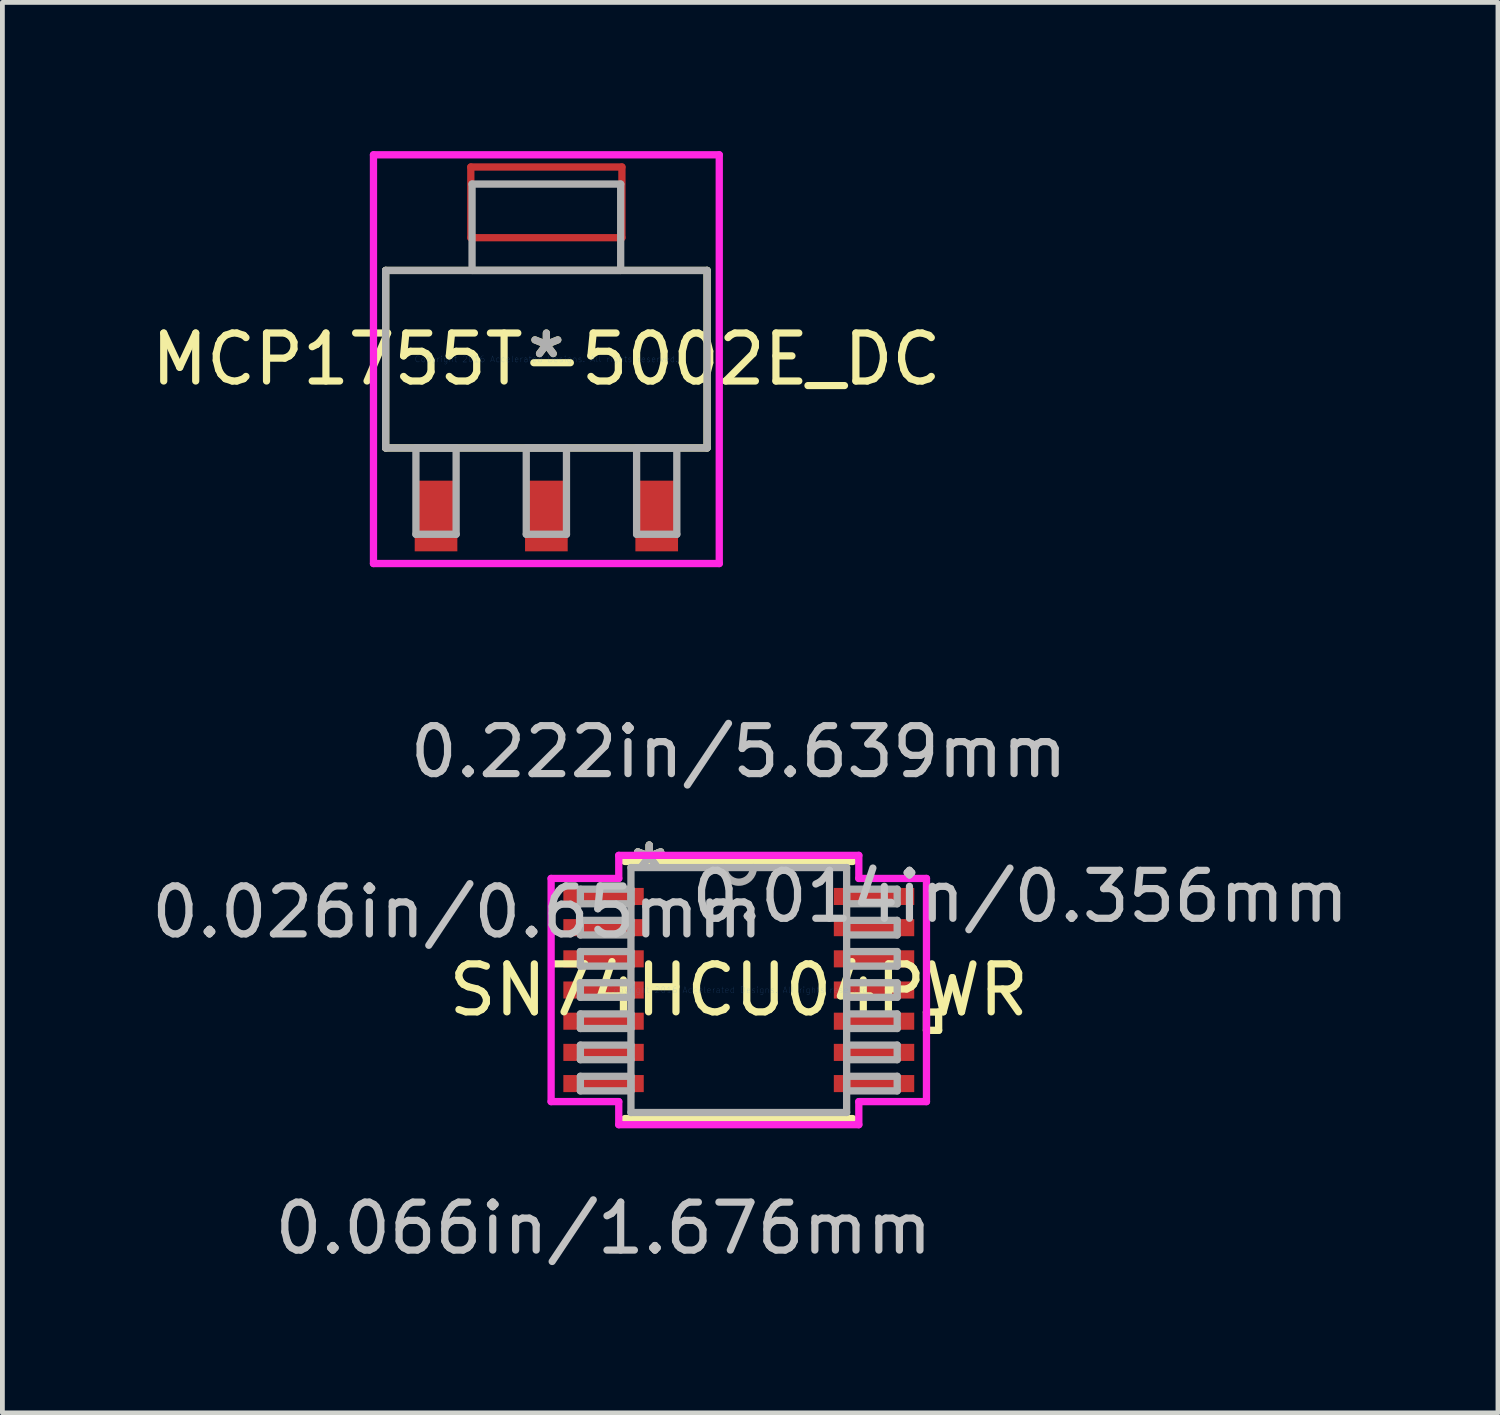
<source format=kicad_pcb>
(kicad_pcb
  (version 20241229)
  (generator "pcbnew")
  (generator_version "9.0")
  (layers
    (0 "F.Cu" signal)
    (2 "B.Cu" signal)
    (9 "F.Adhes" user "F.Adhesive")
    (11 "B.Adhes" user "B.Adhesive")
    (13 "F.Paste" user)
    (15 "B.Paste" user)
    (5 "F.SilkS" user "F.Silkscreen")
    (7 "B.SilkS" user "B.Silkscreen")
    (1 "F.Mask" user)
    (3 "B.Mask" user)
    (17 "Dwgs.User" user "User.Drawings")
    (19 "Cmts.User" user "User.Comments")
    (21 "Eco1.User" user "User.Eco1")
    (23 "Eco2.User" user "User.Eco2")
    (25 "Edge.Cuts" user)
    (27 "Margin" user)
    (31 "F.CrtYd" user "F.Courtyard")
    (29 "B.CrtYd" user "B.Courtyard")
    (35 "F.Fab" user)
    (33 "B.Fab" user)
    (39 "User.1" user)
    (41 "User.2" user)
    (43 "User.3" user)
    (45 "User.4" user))
  (footprint "SN74HCU04PWR"
    (layer "F.Cu")
    (at 12.35 17.587)
    (property "Reference" "SN74HCU04PWR" (at 0 0 0) (layer "F.SilkS") (effects (font (size 1 1) (thickness 0.15))))
    (attr through_hole)
    (fp_line (start -2.375 2.68) (end 2.375 2.68) (stroke (width 0.152) (type solid)) (layer "F.SilkS"))
    (fp_line (start 2.375 -2.68) (end -2.375 -2.68) (stroke (width 0.152) (type solid)) (layer "F.SilkS"))
    (fp_line (start 3.912 0.459) (end 4.166 0.459) (stroke (width 0.152) (type solid)) (layer "F.SilkS"))
    (fp_line (start 3.912 0.84) (end 3.912 0.459) (stroke (width 0.152) (type solid)) (layer "F.SilkS"))
    (fp_line (start 4.166 0.459) (end 4.166 0.84) (stroke (width 0.152) (type solid)) (layer "F.SilkS"))
    (fp_line (start 4.166 0.84) (end 3.912 0.84) (stroke (width 0.152) (type solid)) (layer "F.SilkS"))
    (fp_line (start -3.912 -2.326) (end -2.502 -2.326) (stroke (width 0.152) (type solid)) (layer "F.CrtYd"))
    (fp_line (start -3.912 2.326) (end -3.912 -2.326) (stroke (width 0.152) (type solid)) (layer "F.CrtYd"))
    (fp_line (start -2.502 -2.807) (end 2.502 -2.807) (stroke (width 0.152) (type solid)) (layer "F.CrtYd"))
    (fp_line (start -2.502 -2.326) (end -2.502 -2.807) (stroke (width 0.152) (type solid)) (layer "F.CrtYd"))
    (fp_line (start -2.502 2.326) (end -3.912 2.326) (stroke (width 0.152) (type solid)) (layer "F.CrtYd"))
    (fp_line (start -2.502 2.807) (end -2.502 2.326) (stroke (width 0.152) (type solid)) (layer "F.CrtYd"))
    (fp_line (start 2.502 -2.807) (end 2.502 -2.326) (stroke (width 0.152) (type solid)) (layer "F.CrtYd"))
    (fp_line (start 2.502 -2.326) (end 3.912 -2.326) (stroke (width 0.152) (type solid)) (layer "F.CrtYd"))
    (fp_line (start 2.502 2.326) (end 2.502 2.807) (stroke (width 0.152) (type solid)) (layer "F.CrtYd"))
    (fp_line (start 2.502 2.807) (end -2.502 2.807) (stroke (width 0.152) (type solid)) (layer "F.CrtYd"))
    (fp_line (start 3.912 -2.326) (end 3.912 2.326) (stroke (width 0.152) (type solid)) (layer "F.CrtYd"))
    (fp_line (start 3.912 2.326) (end 2.502 2.326) (stroke (width 0.152) (type solid)) (layer "F.CrtYd"))
    (fp_line (start -3.302 -2.102) (end -3.302 -1.798) (stroke (width 0.152) (type solid)) (layer "F.Fab"))
    (fp_line (start -3.302 -1.798) (end -2.248 -1.798) (stroke (width 0.152) (type solid)) (layer "F.Fab"))
    (fp_line (start -3.302 -1.452) (end -3.302 -1.148) (stroke (width 0.152) (type solid)) (layer "F.Fab"))
    (fp_line (start -3.302 -1.148) (end -2.248 -1.148) (stroke (width 0.152) (type solid)) (layer "F.Fab"))
    (fp_line (start -3.302 -0.802) (end -3.302 -0.498) (stroke (width 0.152) (type solid)) (layer "F.Fab"))
    (fp_line (start -3.302 -0.498) (end -2.248 -0.498) (stroke (width 0.152) (type solid)) (layer "F.Fab"))
    (fp_line (start -3.302 -0.152) (end -3.302 0.152) (stroke (width 0.152) (type solid)) (layer "F.Fab"))
    (fp_line (start -3.302 0.152) (end -2.248 0.152) (stroke (width 0.152) (type solid)) (layer "F.Fab"))
    (fp_line (start -3.302 0.498) (end -3.302 0.802) (stroke (width 0.152) (type solid)) (layer "F.Fab"))
    (fp_line (start -3.302 0.802) (end -2.248 0.802) (stroke (width 0.152) (type solid)) (layer "F.Fab"))
    (fp_line (start -3.302 1.148) (end -3.302 1.452) (stroke (width 0.152) (type solid)) (layer "F.Fab"))
    (fp_line (start -3.302 1.452) (end -2.248 1.452) (stroke (width 0.152) (type solid)) (layer "F.Fab"))
    (fp_line (start -3.302 1.798) (end -3.302 2.102) (stroke (width 0.152) (type solid)) (layer "F.Fab"))
    (fp_line (start -3.302 2.102) (end -2.248 2.102) (stroke (width 0.152) (type solid)) (layer "F.Fab"))
    (fp_line (start -2.248 -2.553) (end -2.248 2.553) (stroke (width 0.152) (type solid)) (layer "F.Fab"))
    (fp_line (start -2.248 -2.102) (end -3.302 -2.102) (stroke (width 0.152) (type solid)) (layer "F.Fab"))
    (fp_line (start -2.248 -1.798) (end -2.248 -2.102) (stroke (width 0.152) (type solid)) (layer "F.Fab"))
    (fp_line (start -2.248 -1.452) (end -3.302 -1.452) (stroke (width 0.152) (type solid)) (layer "F.Fab"))
    (fp_line (start -2.248 -1.148) (end -2.248 -1.452) (stroke (width 0.152) (type solid)) (layer "F.Fab"))
    (fp_line (start -2.248 -0.802) (end -3.302 -0.802) (stroke (width 0.152) (type solid)) (layer "F.Fab"))
    (fp_line (start -2.248 -0.498) (end -2.248 -0.802) (stroke (width 0.152) (type solid)) (layer "F.Fab"))
    (fp_line (start -2.248 -0.152) (end -3.302 -0.152) (stroke (width 0.152) (type solid)) (layer "F.Fab"))
    (fp_line (start -2.248 0.152) (end -2.248 -0.152) (stroke (width 0.152) (type solid)) (layer "F.Fab"))
    (fp_line (start -2.248 0.498) (end -3.302 0.498) (stroke (width 0.152) (type solid)) (layer "F.Fab"))
    (fp_line (start -2.248 0.802) (end -2.248 0.498) (stroke (width 0.152) (type solid)) (layer "F.Fab"))
    (fp_line (start -2.248 1.148) (end -3.302 1.148) (stroke (width 0.152) (type solid)) (layer "F.Fab"))
    (fp_line (start -2.248 1.452) (end -2.248 1.148) (stroke (width 0.152) (type solid)) (layer "F.Fab"))
    (fp_line (start -2.248 1.798) (end -3.302 1.798) (stroke (width 0.152) (type solid)) (layer "F.Fab"))
    (fp_line (start -2.248 2.102) (end -2.248 1.798) (stroke (width 0.152) (type solid)) (layer "F.Fab"))
    (fp_line (start -2.248 2.553) (end 2.248 2.553) (stroke (width 0.152) (type solid)) (layer "F.Fab"))
    (fp_line (start 2.248 -2.553) (end -2.248 -2.553) (stroke (width 0.152) (type solid)) (layer "F.Fab"))
    (fp_line (start 2.248 -2.102) (end 2.248 -1.798) (stroke (width 0.152) (type solid)) (layer "F.Fab"))
    (fp_line (start 2.248 -1.798) (end 3.302 -1.798) (stroke (width 0.152) (type solid)) (layer "F.Fab"))
    (fp_line (start 2.248 -1.452) (end 2.248 -1.148) (stroke (width 0.152) (type solid)) (layer "F.Fab"))
    (fp_line (start 2.248 -1.148) (end 3.302 -1.148) (stroke (width 0.152) (type solid)) (layer "F.Fab"))
    (fp_line (start 2.248 -0.802) (end 2.248 -0.498) (stroke (width 0.152) (type solid)) (layer "F.Fab"))
    (fp_line (start 2.248 -0.498) (end 3.302 -0.498) (stroke (width 0.152) (type solid)) (layer "F.Fab"))
    (fp_line (start 2.248 -0.152) (end 2.248 0.152) (stroke (width 0.152) (type solid)) (layer "F.Fab"))
    (fp_line (start 2.248 0.152) (end 3.302 0.152) (stroke (width 0.152) (type solid)) (layer "F.Fab"))
    (fp_line (start 2.248 0.498) (end 2.248 0.802) (stroke (width 0.152) (type solid)) (layer "F.Fab"))
    (fp_line (start 2.248 0.802) (end 3.302 0.802) (stroke (width 0.152) (type solid)) (layer "F.Fab"))
    (fp_line (start 2.248 1.148) (end 2.248 1.452) (stroke (width 0.152) (type solid)) (layer "F.Fab"))
    (fp_line (start 2.248 1.452) (end 3.302 1.452) (stroke (width 0.152) (type solid)) (layer "F.Fab"))
    (fp_line (start 2.248 1.798) (end 2.248 2.102) (stroke (width 0.152) (type solid)) (layer "F.Fab"))
    (fp_line (start 2.248 2.102) (end 3.302 2.102) (stroke (width 0.152) (type solid)) (layer "F.Fab"))
    (fp_line (start 2.248 2.553) (end 2.248 -2.553) (stroke (width 0.152) (type solid)) (layer "F.Fab"))
    (fp_line (start 3.302 -2.102) (end 2.248 -2.102) (stroke (width 0.152) (type solid)) (layer "F.Fab"))
    (fp_line (start 3.302 -1.798) (end 3.302 -2.102) (stroke (width 0.152) (type solid)) (layer "F.Fab"))
    (fp_line (start 3.302 -1.452) (end 2.248 -1.452) (stroke (width 0.152) (type solid)) (layer "F.Fab"))
    (fp_line (start 3.302 -1.148) (end 3.302 -1.452) (stroke (width 0.152) (type solid)) (layer "F.Fab"))
    (fp_line (start 3.302 -0.802) (end 2.248 -0.802) (stroke (width 0.152) (type solid)) (layer "F.Fab"))
    (fp_line (start 3.302 -0.498) (end 3.302 -0.802) (stroke (width 0.152) (type solid)) (layer "F.Fab"))
    (fp_line (start 3.302 -0.152) (end 2.248 -0.152) (stroke (width 0.152) (type solid)) (layer "F.Fab"))
    (fp_line (start 3.302 0.152) (end 3.302 -0.152) (stroke (width 0.152) (type solid)) (layer "F.Fab"))
    (fp_line (start 3.302 0.498) (end 2.248 0.498) (stroke (width 0.152) (type solid)) (layer "F.Fab"))
    (fp_line (start 3.302 0.802) (end 3.302 0.498) (stroke (width 0.152) (type solid)) (layer "F.Fab"))
    (fp_line (start 3.302 1.148) (end 2.248 1.148) (stroke (width 0.152) (type solid)) (layer "F.Fab"))
    (fp_line (start 3.302 1.452) (end 3.302 1.148) (stroke (width 0.152) (type solid)) (layer "F.Fab"))
    (fp_line (start 3.302 1.798) (end 2.248 1.798) (stroke (width 0.152) (type solid)) (layer "F.Fab"))
    (fp_line (start 3.302 2.102) (end 3.302 1.798) (stroke (width 0.152) (type solid)) (layer "F.Fab"))
    (fp_arc (start 0.3048 -2.5527) (mid 0 -2.2479) (end -0.3048 -2.5527) (stroke (width 0.1524) (type solid)) (layer "F.Fab"))
    (fp_text user "*" (at -1.867 -2.477 0) (layer "F.SilkS") (effects (font (size 1 1) (thickness 0.15))))
    (fp_text user "*" (at -1.867 -2.477 0) (layer "F.SilkS") (effects (font (size 1 1) (thickness 0.15))))
    (fp_text user "0.222in/5.639mm" (at 0 -4.966 0) (layer "Dwgs.User") (effects (font (size 1 1) (thickness 0.15))))
    (fp_text user "0.014in/0.356mm" (at 5.867 -1.95 0) (layer "Dwgs.User") (effects (font (size 1 1) (thickness 0.15))))
    (fp_text user "0.066in/1.676mm" (at -2.819 4.966 0) (layer "Dwgs.User") (effects (font (size 1 1) (thickness 0.15))))
    (fp_text user "0.026in/0.65mm" (at -5.867 -1.625 0) (layer "Dwgs.User") (effects (font (size 1 1) (thickness 0.15))))
    (fp_text user "Copyright 2016 Accelerated Designs. All rights reserved." (at 0 0 0) (layer "Cmts.User") (effects (font (size 0.127 0.127) (thickness 0.002))))
    (fp_text user "*" (at -1.867 -2.477 0) (layer "F.Fab") (effects (font (size 1 1) (thickness 0.15))))
    (fp_text user "*" (at -1.867 -2.477 0) (layer "F.Fab") (effects (font (size 1 1) (thickness 0.15))))
    (pad "1" smd rect (at -2.819 -1.95) (size 1.676 0.356) (layers "F.Cu" "F.Mask" "F.Paste"))
    (pad "2" smd rect (at -2.819 -1.3) (size 1.676 0.356) (layers "F.Cu" "F.Mask" "F.Paste"))
    (pad "3" smd rect (at -2.819 -0.65) (size 1.676 0.356) (layers "F.Cu" "F.Mask" "F.Paste"))
    (pad "4" smd rect (at -2.819 0) (size 1.676 0.356) (layers "F.Cu" "F.Mask" "F.Paste"))
    (pad "5" smd rect (at -2.819 0.65) (size 1.676 0.356) (layers "F.Cu" "F.Mask" "F.Paste"))
    (pad "6" smd rect (at -2.819 1.3) (size 1.676 0.356) (layers "F.Cu" "F.Mask" "F.Paste"))
    (pad "7" smd rect (at -2.819 1.95) (size 1.676 0.356) (layers "F.Cu" "F.Mask" "F.Paste"))
    (pad "8" smd rect (at 2.819 1.95) (size 1.676 0.356) (layers "F.Cu" "F.Mask" "F.Paste"))
    (pad "9" smd rect (at 2.819 1.3) (size 1.676 0.356) (layers "F.Cu" "F.Mask" "F.Paste"))
    (pad "10" smd rect (at 2.819 0.65) (size 1.676 0.356) (layers "F.Cu" "F.Mask" "F.Paste"))
    (pad "11" smd rect (at 2.819 0) (size 1.676 0.356) (layers "F.Cu" "F.Mask" "F.Paste"))
    (pad "12" smd rect (at 2.819 -0.65) (size 1.676 0.356) (layers "F.Cu" "F.Mask" "F.Paste"))
    (pad "13" smd rect (at 2.819 -1.3) (size 1.676 0.356) (layers "F.Cu" "F.Mask" "F.Paste"))
    (pad "14" smd rect (at 2.819 -1.95) (size 1.676 0.356) (layers "F.Cu" "F.Mask" "F.Paste")))
  (footprint "MCP1755T-5002E_DC"
    (layer "F.Cu")
    (at 8.339 4.437)
    (property "Reference" "MCP1755T-5002E_DC" (at 0 0 0) (layer "F.SilkS") (effects (font (size 1 1) (thickness 0.15))))
    (attr through_hole)
    (fp_line (start -1.575 -4.006) (end -1.575 -2.532) (stroke (width 0.152) (type solid)) (layer "F.Cu"))
    (fp_line (start -1.575 -2.532) (end 1.575 -2.532) (stroke (width 0.152) (type solid)) (layer "F.Cu"))
    (fp_line (start 1.575 -4.006) (end -1.575 -4.006) (stroke (width 0.152) (type solid)) (layer "F.Cu"))
    (fp_line (start 1.575 -2.532) (end 1.575 -4.006) (stroke (width 0.152) (type solid)) (layer "F.Cu"))
    (fp_line (start -1.6 -4.361) (end -1.6 -2.177) (stroke (width 0.152) (type solid)) (layer "F.Mask"))
    (fp_line (start -1.6 -2.177) (end 1.6 -2.177) (stroke (width 0.152) (type solid)) (layer "F.Mask"))
    (fp_line (start 1.6 -4.361) (end -1.6 -4.361) (stroke (width 0.152) (type solid)) (layer "F.Mask"))
    (fp_line (start 1.6 -2.177) (end 1.6 -4.361) (stroke (width 0.152) (type solid)) (layer "F.Mask"))
    (fp_line (start -3.35 -1.85) (end -3.35 1.85) (stroke (width 0.152) (type solid)) (layer "F.SilkS"))
    (fp_line (start -3.35 1.85) (end 3.35 1.85) (stroke (width 0.152) (type solid)) (layer "F.SilkS"))
    (fp_line (start 3.35 -1.85) (end -3.35 -1.85) (stroke (width 0.152) (type solid)) (layer "F.SilkS"))
    (fp_line (start 3.35 1.85) (end 3.35 -1.85) (stroke (width 0.152) (type solid)) (layer "F.SilkS"))
    (fp_line (start -1.575 -4.006) (end -1.575 -2.532) (stroke (width 0.152) (type solid)) (layer "F.Paste"))
    (fp_line (start -1.575 -2.532) (end 1.575 -2.532) (stroke (width 0.152) (type solid)) (layer "F.Paste"))
    (fp_line (start 1.575 -4.006) (end -1.575 -4.006) (stroke (width 0.152) (type solid)) (layer "F.Paste"))
    (fp_line (start 1.575 -2.532) (end 1.575 -4.006) (stroke (width 0.152) (type solid)) (layer "F.Paste"))
    (fp_line (start -3.604 -4.26) (end 3.604 -4.26) (stroke (width 0.152) (type solid)) (layer "F.CrtYd"))
    (fp_line (start -3.604 4.26) (end -3.604 -4.26) (stroke (width 0.152) (type solid)) (layer "F.CrtYd"))
    (fp_line (start 3.604 -4.26) (end 3.604 4.26) (stroke (width 0.152) (type solid)) (layer "F.CrtYd"))
    (fp_line (start 3.604 4.26) (end -3.604 4.26) (stroke (width 0.152) (type solid)) (layer "F.CrtYd"))
    (fp_line (start -3.35 -1.85) (end -3.35 1.85) (stroke (width 0.152) (type solid)) (layer "F.Fab"))
    (fp_line (start -3.35 1.85) (end 3.35 1.85) (stroke (width 0.152) (type solid)) (layer "F.Fab"))
    (fp_line (start -2.719 1.85) (end -2.719 3.65) (stroke (width 0.152) (type solid)) (layer "F.Fab"))
    (fp_line (start -2.719 3.65) (end -1.881 3.65) (stroke (width 0.152) (type solid)) (layer "F.Fab"))
    (fp_line (start -1.881 1.85) (end -2.719 1.85) (stroke (width 0.152) (type solid)) (layer "F.Fab"))
    (fp_line (start -1.881 3.65) (end -1.881 1.85) (stroke (width 0.152) (type solid)) (layer "F.Fab"))
    (fp_line (start -1.549 -3.65) (end -1.549 -1.85) (stroke (width 0.152) (type solid)) (layer "F.Fab"))
    (fp_line (start -1.549 -1.85) (end 1.549 -1.85) (stroke (width 0.152) (type solid)) (layer "F.Fab"))
    (fp_line (start -0.419 1.85) (end -0.419 3.65) (stroke (width 0.152) (type solid)) (layer "F.Fab"))
    (fp_line (start -0.419 3.65) (end 0.419 3.65) (stroke (width 0.152) (type solid)) (layer "F.Fab"))
    (fp_line (start 0.419 1.85) (end -0.419 1.85) (stroke (width 0.152) (type solid)) (layer "F.Fab"))
    (fp_line (start 0.419 3.65) (end 0.419 1.85) (stroke (width 0.152) (type solid)) (layer "F.Fab"))
    (fp_line (start 1.549 -3.65) (end -1.549 -3.65) (stroke (width 0.152) (type solid)) (layer "F.Fab"))
    (fp_line (start 1.549 -1.85) (end 1.549 -3.65) (stroke (width 0.152) (type solid)) (layer "F.Fab"))
    (fp_line (start 1.881 1.85) (end 1.881 3.65) (stroke (width 0.152) (type solid)) (layer "F.Fab"))
    (fp_line (start 1.881 3.65) (end 2.719 3.65) (stroke (width 0.152) (type solid)) (layer "F.Fab"))
    (fp_line (start 2.719 1.85) (end 1.881 1.85) (stroke (width 0.152) (type solid)) (layer "F.Fab"))
    (fp_line (start 2.719 3.65) (end 2.719 1.85) (stroke (width 0.152) (type solid)) (layer "F.Fab"))
    (fp_line (start 3.35 -1.85) (end -3.35 -1.85) (stroke (width 0.152) (type solid)) (layer "F.Fab"))
    (fp_line (start 3.35 1.85) (end 3.35 -1.85) (stroke (width 0.152) (type solid)) (layer "F.Fab"))
    (fp_text user "*" (at 0 0 0) (layer "F.SilkS") (effects (font (size 1 1) (thickness 0.15))))
    (fp_text user "Copyright 2016 Accelerated Designs. All rights reserved." (at 0 0 0) (layer "Cmts.User") (effects (font (size 0.127 0.127) (thickness 0.002))))
    (fp_text user "*" (at 0 0 0) (layer "F.Fab") (effects (font (size 1 1) (thickness 0.15))))
    (pad "1" smd rect (at -2.3 3.269) (size 0.889 1.473) (layers "F.Cu" "F.Mask" "F.Paste"))
    (pad "2" smd rect (at 0 3.269) (size 0.889 1.473) (layers "F.Cu" "F.Mask" "F.Paste"))
    (pad "3" smd rect (at 2.3 3.269) (size 0.889 1.473) (layers "F.Cu" "F.Mask" "F.Paste")))
  (gr_rect
    (start -3 -3)
    (end 28.175 26.401)
    (stroke (width 0.1) (type default))
    (fill no)
    (layer "Edge.Cuts")))
</source>
